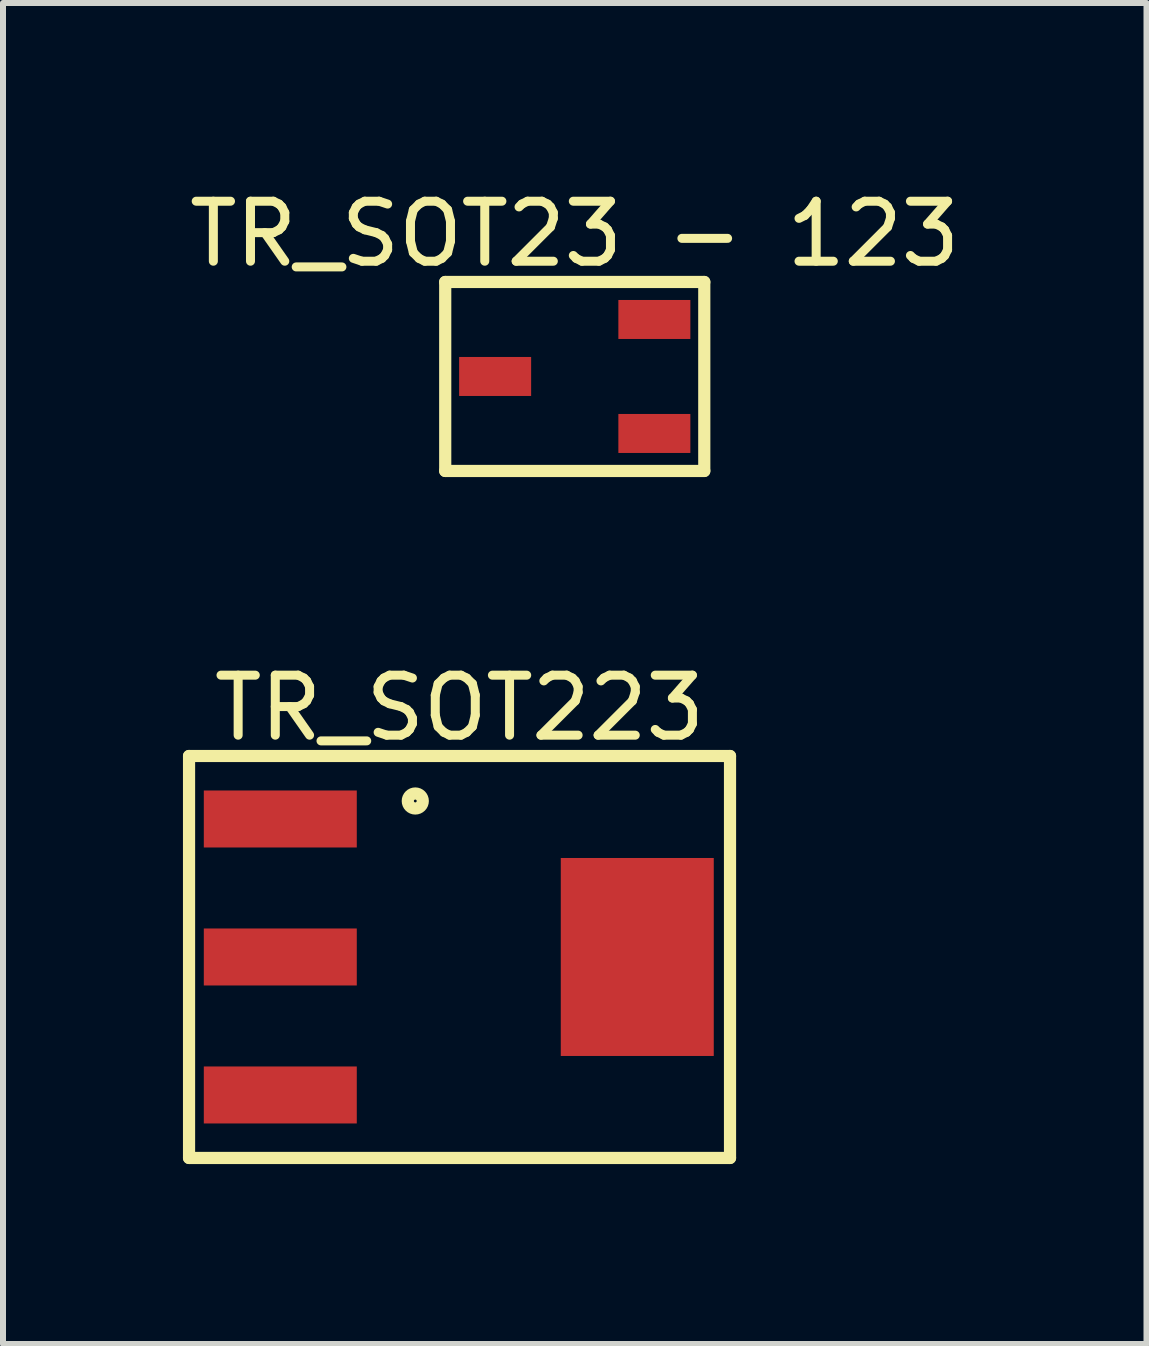
<source format=kicad_pcb>
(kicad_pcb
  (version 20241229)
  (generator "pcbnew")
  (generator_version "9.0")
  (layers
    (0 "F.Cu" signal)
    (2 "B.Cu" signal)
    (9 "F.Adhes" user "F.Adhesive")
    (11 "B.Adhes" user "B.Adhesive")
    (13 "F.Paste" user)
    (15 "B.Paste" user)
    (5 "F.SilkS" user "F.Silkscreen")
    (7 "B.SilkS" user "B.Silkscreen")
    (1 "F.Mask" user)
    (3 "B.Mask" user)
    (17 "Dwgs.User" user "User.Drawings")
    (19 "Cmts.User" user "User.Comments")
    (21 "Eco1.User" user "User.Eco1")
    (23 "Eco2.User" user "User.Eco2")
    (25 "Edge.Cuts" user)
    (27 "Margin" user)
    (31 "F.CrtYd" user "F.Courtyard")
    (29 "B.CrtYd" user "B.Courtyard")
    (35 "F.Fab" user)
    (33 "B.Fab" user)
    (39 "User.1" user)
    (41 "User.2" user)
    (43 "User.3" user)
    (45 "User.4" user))
  (footprint "TR_SOT23 - 123"
    (layer "F.Cu")
    (at 6.53 3.225)
    (property "Reference" "TR_SOT23 - 123" (at 0 -2.376 0) (layer "F.SilkS") (effects (font (size 1 1) (thickness 0.15))))
    (fp_line (start -2.159 -1.575) (end 2.159 -1.575) (stroke (width 0.203) (type solid)) (layer "F.SilkS"))
    (fp_line (start -2.159 1.575) (end -2.159 -1.575) (stroke (width 0.203) (type solid)) (layer "F.SilkS"))
    (fp_line (start -2.159 1.575) (end 2.159 1.575) (stroke (width 0.203) (type solid)) (layer "F.SilkS"))
    (fp_line (start 2.159 1.575) (end 2.159 -1.575) (stroke (width 0.203) (type solid)) (layer "F.SilkS"))
    (pad "1" smd rect (at -1.327 0 90) (size 0.65 1.2) (layers "F.Cu" "F.Mask" "F.Paste"))
    (pad "2" smd rect (at 1.327 0.95 90) (size 0.65 1.2) (layers "F.Cu" "F.Mask" "F.Paste"))
    (pad "3" smd rect (at 1.327 -0.95 90) (size 0.65 1.2) (layers "F.Cu" "F.Mask" "F.Paste")))
  (footprint "TR_SOT223"
    (layer "F.Cu")
    (at 4.597 12.901)
    (property "Reference" "TR_SOT223" (at 0.013 -4.152 0) (layer "F.SilkS") (effects (font (size 1 1) (thickness 0.15))))
    (fp_line (start -4.496 -3.35) (end 4.521 -3.35) (stroke (width 0.203) (type solid)) (layer "F.SilkS"))
    (fp_line (start -4.496 3.35) (end -4.496 -3.35) (stroke (width 0.203) (type solid)) (layer "F.SilkS"))
    (fp_line (start -4.496 3.35) (end 4.521 3.35) (stroke (width 0.203) (type solid)) (layer "F.SilkS"))
    (fp_line (start 4.521 3.35) (end 4.521 -3.35) (stroke (width 0.203) (type solid)) (layer "F.SilkS"))
    (fp_circle (center -0.725 -2.6) (end -0.725 -2.725) (stroke (width 0.203) (type solid)) (fill no) (layer "F.SilkS"))
    (pad "B" smd rect (at -2.975 -2.3 90) (size 0.95 2.55) (layers "F.Cu" "F.Mask" "F.Paste"))
    (pad "C" smd rect (at -2.975 0 90) (size 0.95 2.55) (layers "F.Cu" "F.Mask" "F.Paste"))
    (pad "C" smd rect (at 2.975 0 90) (size 3.3 2.55) (layers "F.Cu" "F.Mask" "F.Paste"))
    (pad "E" smd rect (at -2.975 2.3 90) (size 0.95 2.55) (layers "F.Cu" "F.Mask" "F.Paste")))
  (gr_rect
    (start -3 -3)
    (end 16.06 19.352)
    (stroke (width 0.1) (type default))
    (fill no)
    (layer "Edge.Cuts")))
</source>
